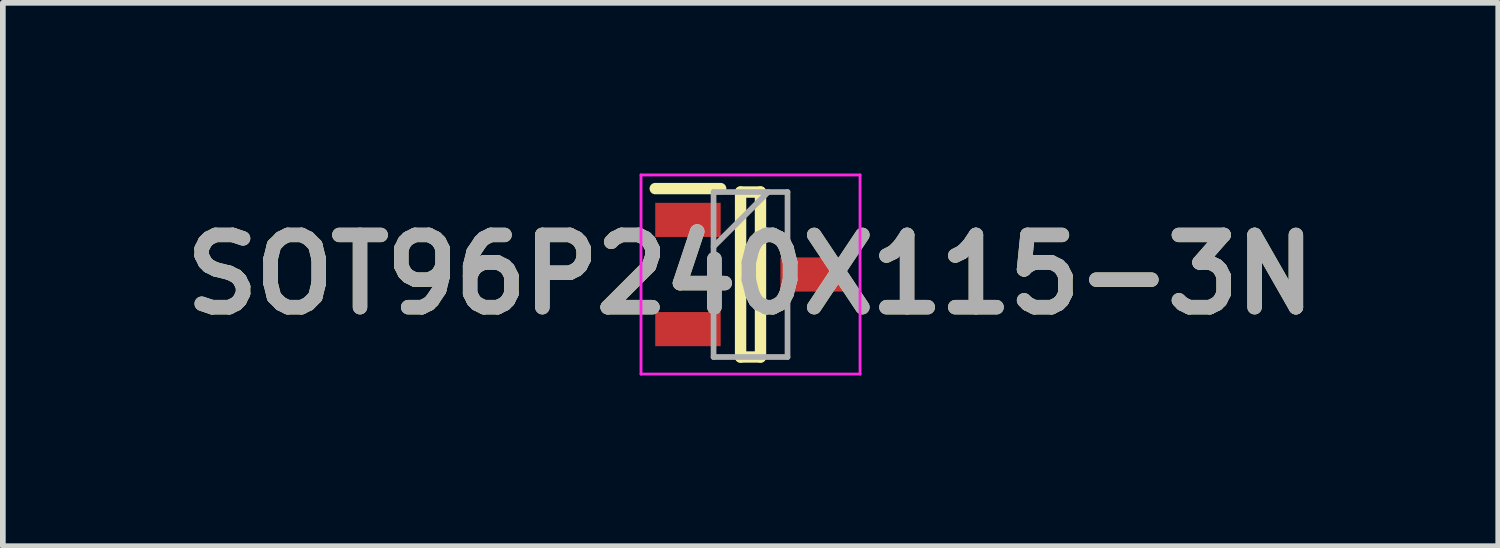
<source format=kicad_pcb>
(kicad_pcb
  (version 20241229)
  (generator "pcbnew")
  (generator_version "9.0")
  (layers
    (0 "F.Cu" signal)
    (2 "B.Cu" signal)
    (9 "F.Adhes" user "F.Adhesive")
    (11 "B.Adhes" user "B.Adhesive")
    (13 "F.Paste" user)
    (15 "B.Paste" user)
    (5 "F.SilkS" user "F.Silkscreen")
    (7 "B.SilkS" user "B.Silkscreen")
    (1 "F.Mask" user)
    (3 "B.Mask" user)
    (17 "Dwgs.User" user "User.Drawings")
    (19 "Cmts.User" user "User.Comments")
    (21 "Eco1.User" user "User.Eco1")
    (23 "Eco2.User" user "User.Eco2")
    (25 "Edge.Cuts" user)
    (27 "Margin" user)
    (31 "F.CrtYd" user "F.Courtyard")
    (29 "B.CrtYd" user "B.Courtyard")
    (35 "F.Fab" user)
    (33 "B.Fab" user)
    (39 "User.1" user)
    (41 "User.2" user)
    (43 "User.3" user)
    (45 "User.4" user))
  (footprint "SOT96P240X115-3N"
    (layer "F.Cu")
    (at 10.142 1.775)
    (property "Reference" "SOT96P240X115-3N" (at 0 0 0) (layer "F.SilkS") (effects (font (size 1.27 1.27) (thickness 0.254))))
    (attr smd)
    (fp_line (start -1.675 -1.51) (end -0.525 -1.51) (stroke (width 0.2) (type solid)) (layer "F.SilkS"))
    (fp_line (start -0.175 -1.45) (end 0.175 -1.45) (stroke (width 0.2) (type solid)) (layer "F.SilkS"))
    (fp_line (start -0.175 1.45) (end -0.175 -1.45) (stroke (width 0.2) (type solid)) (layer "F.SilkS"))
    (fp_line (start 0.175 -1.45) (end 0.175 1.45) (stroke (width 0.2) (type solid)) (layer "F.SilkS"))
    (fp_line (start 0.175 1.45) (end -0.175 1.45) (stroke (width 0.2) (type solid)) (layer "F.SilkS"))
    (fp_line (start -1.925 -1.75) (end 1.925 -1.75) (stroke (width 0.05) (type solid)) (layer "F.CrtYd"))
    (fp_line (start -1.925 1.75) (end -1.925 -1.75) (stroke (width 0.05) (type solid)) (layer "F.CrtYd"))
    (fp_line (start 1.925 -1.75) (end 1.925 1.75) (stroke (width 0.05) (type solid)) (layer "F.CrtYd"))
    (fp_line (start 1.925 1.75) (end -1.925 1.75) (stroke (width 0.05) (type solid)) (layer "F.CrtYd"))
    (fp_line (start -0.65 -1.45) (end 0.65 -1.45) (stroke (width 0.1) (type solid)) (layer "F.Fab"))
    (fp_line (start -0.65 -0.49) (end 0.31 -1.45) (stroke (width 0.1) (type solid)) (layer "F.Fab"))
    (fp_line (start -0.65 1.45) (end -0.65 -1.45) (stroke (width 0.1) (type solid)) (layer "F.Fab"))
    (fp_line (start 0.65 -1.45) (end 0.65 1.45) (stroke (width 0.1) (type solid)) (layer "F.Fab"))
    (fp_line (start 0.65 1.45) (end -0.65 1.45) (stroke (width 0.1) (type solid)) (layer "F.Fab"))
    (fp_text user "${REFERENCE}" (at 0 0 0) (layer "F.Fab") (effects (font (size 1.27 1.27) (thickness 0.254))))
    (pad "1" smd rect (at -1.1 -0.96 90) (size 0.6 1.15) (layers "F.Cu" "F.Mask" "F.Paste"))
    (pad "2" smd rect (at -1.1 0.96 90) (size 0.6 1.15) (layers "F.Cu" "F.Mask" "F.Paste"))
    (pad "3" smd rect (at 1.1 0 90) (size 0.6 1.15) (layers "F.Cu" "F.Mask" "F.Paste")))
  (gr_rect
    (start -3 -3)
    (end 23.284 6.55)
    (stroke (width 0.1) (type default))
    (fill no)
    (layer "Edge.Cuts")))
</source>
